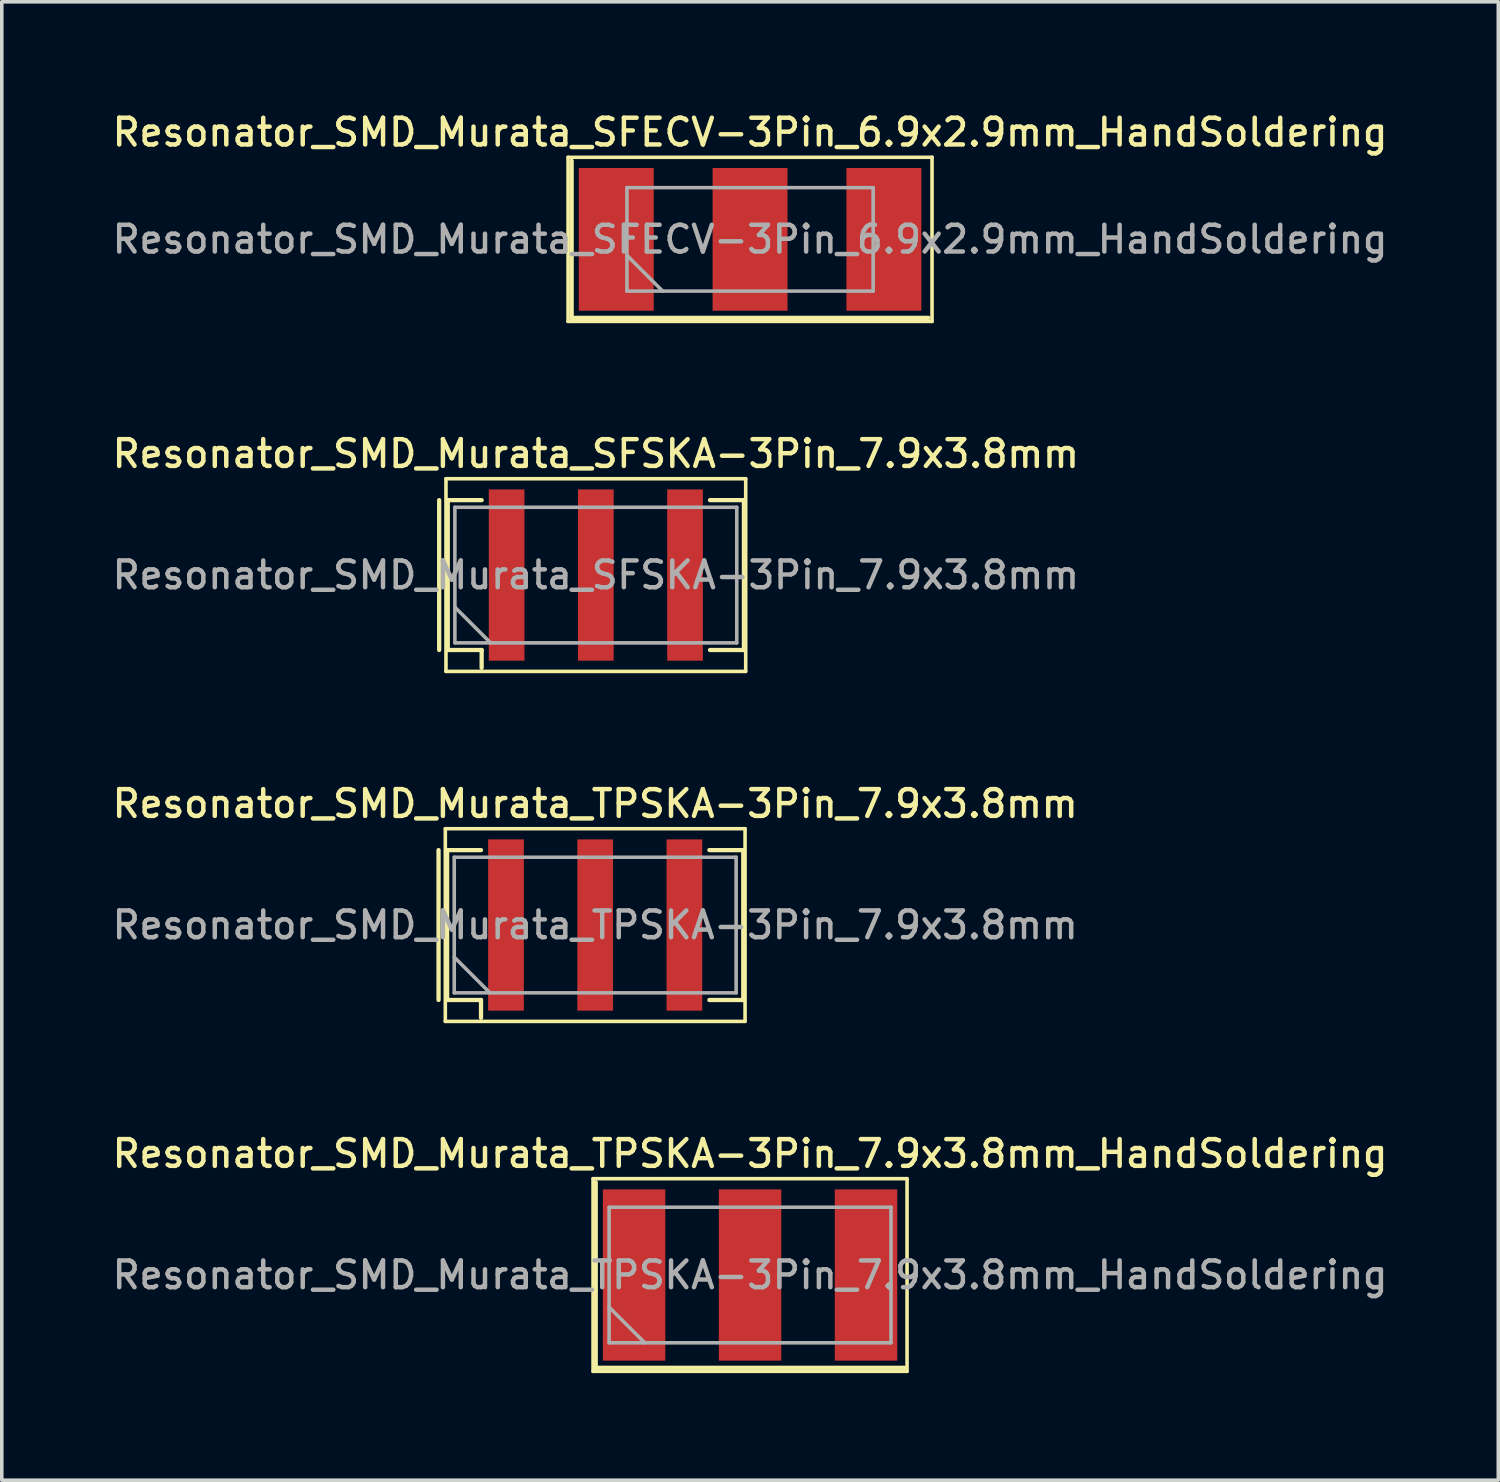
<source format=kicad_pcb>
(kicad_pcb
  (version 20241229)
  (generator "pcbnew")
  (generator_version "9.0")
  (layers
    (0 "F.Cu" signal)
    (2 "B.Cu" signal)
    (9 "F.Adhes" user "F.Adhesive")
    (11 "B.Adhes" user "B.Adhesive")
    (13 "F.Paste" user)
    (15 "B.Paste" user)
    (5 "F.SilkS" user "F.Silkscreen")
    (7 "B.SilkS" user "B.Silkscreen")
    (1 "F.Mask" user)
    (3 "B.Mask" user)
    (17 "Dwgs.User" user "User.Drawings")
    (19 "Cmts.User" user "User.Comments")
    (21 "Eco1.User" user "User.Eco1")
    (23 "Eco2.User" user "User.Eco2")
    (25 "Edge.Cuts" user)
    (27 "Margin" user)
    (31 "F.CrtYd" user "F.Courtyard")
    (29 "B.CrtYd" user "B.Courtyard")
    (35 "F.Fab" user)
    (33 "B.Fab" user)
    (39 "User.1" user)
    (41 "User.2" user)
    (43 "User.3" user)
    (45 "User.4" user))
  (footprint "Resonator_SMD_Murata_TPSKA-3Pin_7.9x3.8mm_HandSoldering"
    (layer "F.Cu")
    (at 17.97 32.682)
    (property "Reference" "Resonator_SMD_Murata_TPSKA-3Pin_7.9x3.8mm_HandSoldering" (at 0 -3.4 0) (layer "F.SilkS") (effects (font (size 0.75 0.75) (thickness 0.125))))
    (attr smd)
    (fp_line (start -4.4 -2.7) (end -4.4 2.7) (stroke (width 0.1) (type solid)) (layer "F.SilkS"))
    (fp_line (start -4.4 2.7) (end 4.4 2.7) (stroke (width 0.1) (type solid)) (layer "F.SilkS"))
    (fp_line (start -4.325 -2.6) (end -4.325 2.6) (stroke (width 0.12) (type solid)) (layer "F.SilkS"))
    (fp_line (start -4.325 2.6) (end 4.325 2.6) (stroke (width 0.12) (type solid)) (layer "F.SilkS"))
    (fp_line (start 4.4 -2.7) (end -4.4 -2.7) (stroke (width 0.1) (type solid)) (layer "F.SilkS"))
    (fp_line (start 4.4 2.7) (end 4.4 -2.7) (stroke (width 0.1) (type solid)) (layer "F.SilkS"))
    (fp_line (start -3.95 -1.9) (end -3.95 1.9) (stroke (width 0.1) (type solid)) (layer "F.Fab"))
    (fp_line (start -3.95 0.9) (end -2.95 1.9) (stroke (width 0.1) (type solid)) (layer "F.Fab"))
    (fp_line (start -3.95 1.9) (end 3.95 1.9) (stroke (width 0.1) (type solid)) (layer "F.Fab"))
    (fp_line (start 3.95 -1.9) (end -3.95 -1.9) (stroke (width 0.1) (type solid)) (layer "F.Fab"))
    (fp_line (start 3.95 1.9) (end 3.95 -1.9) (stroke (width 0.1) (type solid)) (layer "F.Fab"))
    (fp_text user "${REFERENCE}" (at 0 0 0) (layer "F.Fab") (effects (font (size 0.75 0.75) (thickness 0.125))))
    (pad "1" smd rect (at -3.25 0) (size 1.75 4.8) (layers "F.Cu" "F.Mask" "F.Paste"))
    (pad "2" smd rect (at 0 0) (size 1.75 4.8) (layers "F.Cu" "F.Mask" "F.Paste"))
    (pad "3" smd rect (at 3.25 0) (size 1.75 4.8) (layers "F.Cu" "F.Mask" "F.Paste")))
  (footprint "Resonator_SMD_Murata_SFSKA-3Pin_7.9x3.8mm"
    (layer "F.Cu")
    (at 13.648 13.066)
    (property "Reference" "Resonator_SMD_Murata_SFSKA-3Pin_7.9x3.8mm" (at 0 -3.4 0) (layer "F.SilkS") (effects (font (size 0.75 0.75) (thickness 0.125))))
    (attr smd)
    (fp_line (start -4.39 -2.1) (end -4.39 2.1) (stroke (width 0.12) (type solid)) (layer "F.SilkS"))
    (fp_line (start -4.2 -2.7) (end -4.2 2.7) (stroke (width 0.1) (type solid)) (layer "F.SilkS"))
    (fp_line (start -4.2 2.7) (end 4.2 2.7) (stroke (width 0.1) (type solid)) (layer "F.SilkS"))
    (fp_line (start -4.15 -2.1) (end -3.2 -2.1) (stroke (width 0.12) (type solid)) (layer "F.SilkS"))
    (fp_line (start -4.15 2.1) (end -4.15 -2.1) (stroke (width 0.12) (type solid)) (layer "F.SilkS"))
    (fp_line (start -3.2 2.1) (end -4.15 2.1) (stroke (width 0.12) (type solid)) (layer "F.SilkS"))
    (fp_line (start -3.2 2.6) (end -3.2 2.1) (stroke (width 0.12) (type solid)) (layer "F.SilkS"))
    (fp_line (start 3.2 -2.1) (end 4.15 -2.1) (stroke (width 0.12) (type solid)) (layer "F.SilkS"))
    (fp_line (start 4.15 -2.1) (end 4.15 2.1) (stroke (width 0.12) (type solid)) (layer "F.SilkS"))
    (fp_line (start 4.15 2.1) (end 3.2 2.1) (stroke (width 0.12) (type solid)) (layer "F.SilkS"))
    (fp_line (start 4.2 -2.7) (end -4.2 -2.7) (stroke (width 0.1) (type solid)) (layer "F.SilkS"))
    (fp_line (start 4.2 2.7) (end 4.2 -2.7) (stroke (width 0.1) (type solid)) (layer "F.SilkS"))
    (fp_line (start -3.95 -1.9) (end -3.95 1.9) (stroke (width 0.1) (type solid)) (layer "F.Fab"))
    (fp_line (start -3.95 0.9) (end -2.95 1.9) (stroke (width 0.1) (type solid)) (layer "F.Fab"))
    (fp_line (start -3.95 1.9) (end 3.95 1.9) (stroke (width 0.1) (type solid)) (layer "F.Fab"))
    (fp_line (start 3.95 -1.9) (end -3.95 -1.9) (stroke (width 0.1) (type solid)) (layer "F.Fab"))
    (fp_line (start 3.95 1.9) (end 3.95 -1.9) (stroke (width 0.1) (type solid)) (layer "F.Fab"))
    (fp_text user "${REFERENCE}" (at 0 0 0) (layer "F.Fab") (effects (font (size 0.75 0.75) (thickness 0.125))))
    (pad "1" smd rect (at -2.5 0) (size 1 4.8) (layers "F.Cu" "F.Mask" "F.Paste"))
    (pad "2" smd rect (at 0 0) (size 1 4.8) (layers "F.Cu" "F.Mask" "F.Paste"))
    (pad "3" smd rect (at 2.5 0) (size 1 4.8) (layers "F.Cu" "F.Mask" "F.Paste")))
  (footprint "Resonator_SMD_Murata_SFECV-3Pin_6.9x2.9mm_HandSoldering"
    (layer "F.Cu")
    (at 17.97 3.658)
    (property "Reference" "Resonator_SMD_Murata_SFECV-3Pin_6.9x2.9mm_HandSoldering" (at 0 -3 0) (layer "F.SilkS") (effects (font (size 0.75 0.75) (thickness 0.125))))
    (attr smd)
    (fp_line (start -5.1 -2.3) (end -5.1 2.3) (stroke (width 0.1) (type solid)) (layer "F.SilkS"))
    (fp_line (start -5.1 2.3) (end 5.1 2.3) (stroke (width 0.1) (type solid)) (layer "F.SilkS"))
    (fp_line (start -5 -2.2) (end -5 2.2) (stroke (width 0.12) (type solid)) (layer "F.SilkS"))
    (fp_line (start -5 2.2) (end 5 2.2) (stroke (width 0.12) (type solid)) (layer "F.SilkS"))
    (fp_line (start 5.1 -2.3) (end -5.1 -2.3) (stroke (width 0.1) (type solid)) (layer "F.SilkS"))
    (fp_line (start 5.1 2.3) (end 5.1 -2.3) (stroke (width 0.1) (type solid)) (layer "F.SilkS"))
    (fp_line (start -3.45 -1.45) (end -3.45 1.45) (stroke (width 0.1) (type solid)) (layer "F.Fab"))
    (fp_line (start -3.45 0.45) (end -2.45 1.45) (stroke (width 0.1) (type solid)) (layer "F.Fab"))
    (fp_line (start -3.45 1.45) (end 3.45 1.45) (stroke (width 0.1) (type solid)) (layer "F.Fab"))
    (fp_line (start 3.45 -1.45) (end -3.45 -1.45) (stroke (width 0.1) (type solid)) (layer "F.Fab"))
    (fp_line (start 3.45 1.45) (end 3.45 -1.45) (stroke (width 0.1) (type solid)) (layer "F.Fab"))
    (fp_text user "${REFERENCE}" (at 0 0 0) (layer "F.Fab") (effects (font (size 0.75 0.75) (thickness 0.125))))
    (pad "1" smd rect (at -3.75 0) (size 2.1 4) (layers "F.Cu" "F.Mask" "F.Paste"))
    (pad "2" smd rect (at 0 0) (size 2.1 4) (layers "F.Cu" "F.Mask" "F.Paste"))
    (pad "3" smd rect (at 3.75 0) (size 2.1 4) (layers "F.Cu" "F.Mask" "F.Paste")))
  (footprint "Resonator_SMD_Murata_TPSKA-3Pin_7.9x3.8mm"
    (layer "F.Cu")
    (at 13.63 22.874)
    (property "Reference" "Resonator_SMD_Murata_TPSKA-3Pin_7.9x3.8mm" (at 0 -3.4 0) (layer "F.SilkS") (effects (font (size 0.75 0.75) (thickness 0.125))))
    (attr smd)
    (fp_line (start -4.39 -2.1) (end -4.39 2.1) (stroke (width 0.12) (type solid)) (layer "F.SilkS"))
    (fp_line (start -4.2 -2.7) (end -4.2 2.7) (stroke (width 0.1) (type solid)) (layer "F.SilkS"))
    (fp_line (start -4.2 2.7) (end 4.2 2.7) (stroke (width 0.1) (type solid)) (layer "F.SilkS"))
    (fp_line (start -4.15 -2.1) (end -3.2 -2.1) (stroke (width 0.12) (type solid)) (layer "F.SilkS"))
    (fp_line (start -4.15 2.1) (end -4.15 -2.1) (stroke (width 0.12) (type solid)) (layer "F.SilkS"))
    (fp_line (start -3.2 2.1) (end -4.15 2.1) (stroke (width 0.12) (type solid)) (layer "F.SilkS"))
    (fp_line (start -3.2 2.6) (end -3.2 2.1) (stroke (width 0.12) (type solid)) (layer "F.SilkS"))
    (fp_line (start 3.2 -2.1) (end 4.15 -2.1) (stroke (width 0.12) (type solid)) (layer "F.SilkS"))
    (fp_line (start 4.15 -2.1) (end 4.15 2.1) (stroke (width 0.12) (type solid)) (layer "F.SilkS"))
    (fp_line (start 4.15 2.1) (end 3.2 2.1) (stroke (width 0.12) (type solid)) (layer "F.SilkS"))
    (fp_line (start 4.2 -2.7) (end -4.2 -2.7) (stroke (width 0.1) (type solid)) (layer "F.SilkS"))
    (fp_line (start 4.2 2.7) (end 4.2 -2.7) (stroke (width 0.1) (type solid)) (layer "F.SilkS"))
    (fp_line (start -3.95 -1.9) (end -3.95 1.9) (stroke (width 0.1) (type solid)) (layer "F.Fab"))
    (fp_line (start -3.95 0.9) (end -2.95 1.9) (stroke (width 0.1) (type solid)) (layer "F.Fab"))
    (fp_line (start -3.95 1.9) (end 3.95 1.9) (stroke (width 0.1) (type solid)) (layer "F.Fab"))
    (fp_line (start 3.95 -1.9) (end -3.95 -1.9) (stroke (width 0.1) (type solid)) (layer "F.Fab"))
    (fp_line (start 3.95 1.9) (end 3.95 -1.9) (stroke (width 0.1) (type solid)) (layer "F.Fab"))
    (fp_text user "${REFERENCE}" (at 0 0 0) (layer "F.Fab") (effects (font (size 0.75 0.75) (thickness 0.125))))
    (pad "1" smd rect (at -2.5 0) (size 1 4.8) (layers "F.Cu" "F.Mask" "F.Paste"))
    (pad "2" smd rect (at 0 0) (size 1 4.8) (layers "F.Cu" "F.Mask" "F.Paste"))
    (pad "3" smd rect (at 2.5 0) (size 1 4.8) (layers "F.Cu" "F.Mask" "F.Paste")))
  (gr_rect
    (start -3 -3)
    (end 38.939 38.432)
    (stroke (width 0.1) (type default))
    (fill no)
    (layer "Edge.Cuts")))
</source>
